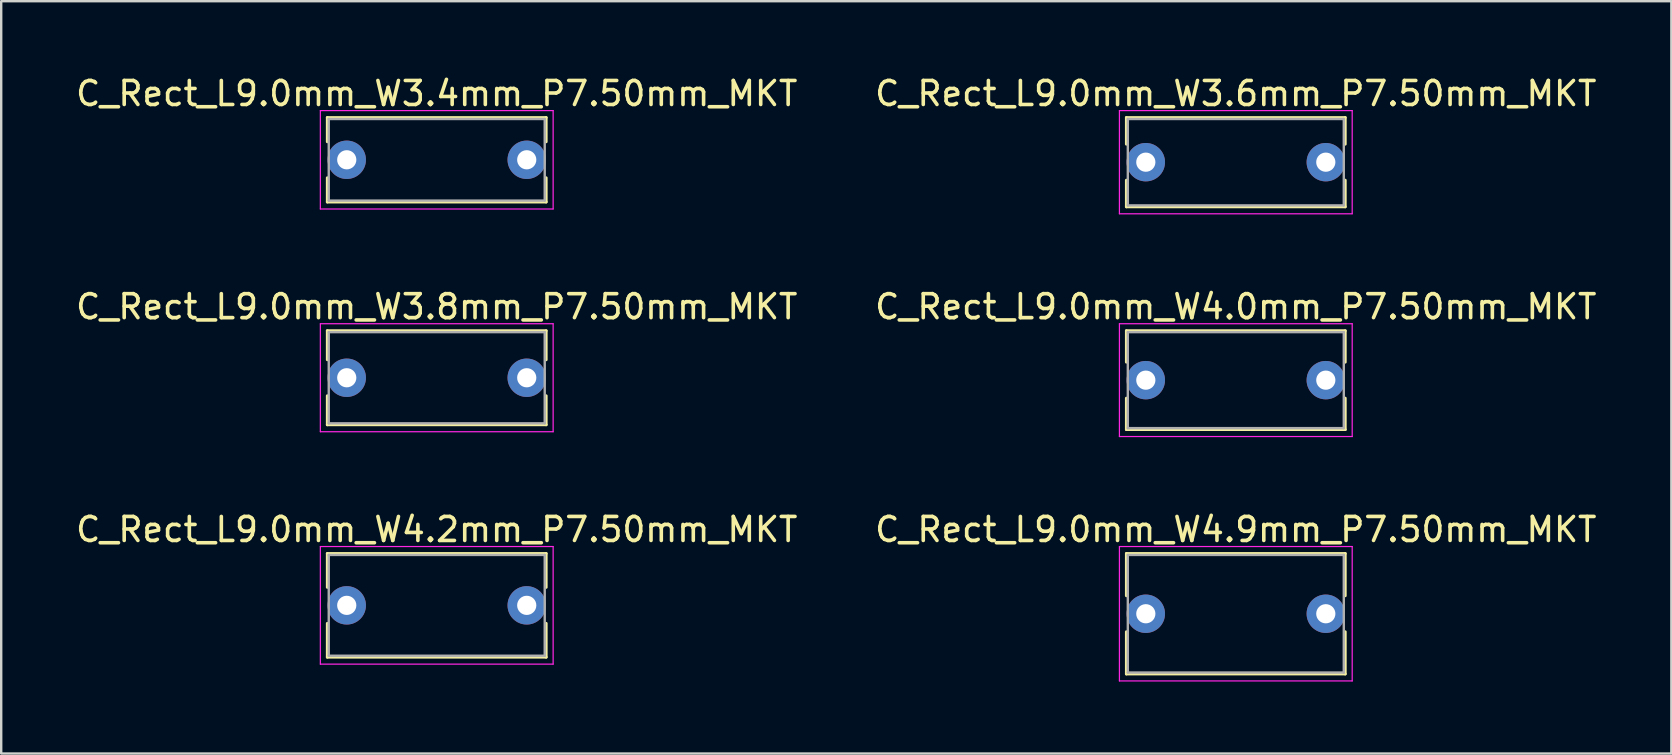
<source format=kicad_pcb>
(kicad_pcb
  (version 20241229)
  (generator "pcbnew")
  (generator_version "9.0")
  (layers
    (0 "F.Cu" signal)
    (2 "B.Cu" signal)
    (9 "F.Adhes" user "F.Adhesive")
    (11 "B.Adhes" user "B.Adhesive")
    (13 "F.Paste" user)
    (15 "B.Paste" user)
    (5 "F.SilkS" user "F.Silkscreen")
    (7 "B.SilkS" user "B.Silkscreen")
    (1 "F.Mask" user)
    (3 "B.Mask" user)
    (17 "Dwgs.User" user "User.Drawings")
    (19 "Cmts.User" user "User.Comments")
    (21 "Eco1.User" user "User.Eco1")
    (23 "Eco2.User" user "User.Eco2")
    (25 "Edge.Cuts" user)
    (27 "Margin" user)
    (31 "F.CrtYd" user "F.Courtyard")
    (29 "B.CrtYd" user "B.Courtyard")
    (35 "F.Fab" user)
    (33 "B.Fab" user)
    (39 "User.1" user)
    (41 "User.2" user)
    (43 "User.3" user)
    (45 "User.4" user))
  (footprint "C_Rect_L9.0mm_W3.6mm_P7.50mm_MKT"
    (layer "F.Cu")
    (at 44.696 3.708)
    (property "Reference" "C_Rect_L9.0mm_W3.6mm_P7.50mm_MKT" (at 3.75 -2.86 0) (layer "F.SilkS") (effects (font (size 1 1) (thickness 0.15))))
    (attr through_hole)
    (fp_line (start -0.81 -1.86) (end -0.81 -0.75) (stroke (width 0.12) (type solid)) (layer "F.SilkS"))
    (fp_line (start -0.81 -1.86) (end 8.31 -1.86) (stroke (width 0.12) (type solid)) (layer "F.SilkS"))
    (fp_line (start -0.81 0.75) (end -0.81 1.86) (stroke (width 0.12) (type solid)) (layer "F.SilkS"))
    (fp_line (start -0.81 1.86) (end 8.31 1.86) (stroke (width 0.12) (type solid)) (layer "F.SilkS"))
    (fp_line (start 8.31 -1.86) (end 8.31 -0.75) (stroke (width 0.12) (type solid)) (layer "F.SilkS"))
    (fp_line (start 8.31 0.75) (end 8.31 1.86) (stroke (width 0.12) (type solid)) (layer "F.SilkS"))
    (fp_line (start -1.1 -2.15) (end -1.1 2.15) (stroke (width 0.05) (type solid)) (layer "F.CrtYd"))
    (fp_line (start -1.1 2.15) (end 8.6 2.15) (stroke (width 0.05) (type solid)) (layer "F.CrtYd"))
    (fp_line (start 8.6 -2.15) (end -1.1 -2.15) (stroke (width 0.05) (type solid)) (layer "F.CrtYd"))
    (fp_line (start 8.6 2.15) (end 8.6 -2.15) (stroke (width 0.05) (type solid)) (layer "F.CrtYd"))
    (fp_line (start -0.75 -1.8) (end -0.75 1.8) (stroke (width 0.1) (type solid)) (layer "F.Fab"))
    (fp_line (start -0.75 1.8) (end 8.25 1.8) (stroke (width 0.1) (type solid)) (layer "F.Fab"))
    (fp_line (start 8.25 -1.8) (end -0.75 -1.8) (stroke (width 0.1) (type solid)) (layer "F.Fab"))
    (fp_line (start 8.25 1.8) (end 8.25 -1.8) (stroke (width 0.1) (type solid)) (layer "F.Fab"))
    (pad "1" thru_hole circle (at 0 0) (size 1.6 1.6) (drill 0.8) (layers "*.Cu" "*.Mask"))
    (pad "2" thru_hole circle (at 7.5 0) (size 1.6 1.6) (drill 0.8) (layers "*.Cu" "*.Mask")))
  (footprint "C_Rect_L9.0mm_W4.0mm_P7.50mm_MKT"
    (layer "F.Cu")
    (at 44.696 12.791)
    (property "Reference" "C_Rect_L9.0mm_W4.0mm_P7.50mm_MKT" (at 3.75 -3.06 0) (layer "F.SilkS") (effects (font (size 1 1) (thickness 0.15))))
    (attr through_hole)
    (fp_line (start -0.81 -2.06) (end -0.81 -0.75) (stroke (width 0.12) (type solid)) (layer "F.SilkS"))
    (fp_line (start -0.81 -2.06) (end 8.31 -2.06) (stroke (width 0.12) (type solid)) (layer "F.SilkS"))
    (fp_line (start -0.81 0.75) (end -0.81 2.06) (stroke (width 0.12) (type solid)) (layer "F.SilkS"))
    (fp_line (start -0.81 2.06) (end 8.31 2.06) (stroke (width 0.12) (type solid)) (layer "F.SilkS"))
    (fp_line (start 8.31 -2.06) (end 8.31 -0.75) (stroke (width 0.12) (type solid)) (layer "F.SilkS"))
    (fp_line (start 8.31 0.75) (end 8.31 2.06) (stroke (width 0.12) (type solid)) (layer "F.SilkS"))
    (fp_line (start -1.1 -2.35) (end -1.1 2.35) (stroke (width 0.05) (type solid)) (layer "F.CrtYd"))
    (fp_line (start -1.1 2.35) (end 8.6 2.35) (stroke (width 0.05) (type solid)) (layer "F.CrtYd"))
    (fp_line (start 8.6 -2.35) (end -1.1 -2.35) (stroke (width 0.05) (type solid)) (layer "F.CrtYd"))
    (fp_line (start 8.6 2.35) (end 8.6 -2.35) (stroke (width 0.05) (type solid)) (layer "F.CrtYd"))
    (fp_line (start -0.75 -2) (end -0.75 2) (stroke (width 0.1) (type solid)) (layer "F.Fab"))
    (fp_line (start -0.75 2) (end 8.25 2) (stroke (width 0.1) (type solid)) (layer "F.Fab"))
    (fp_line (start 8.25 -2) (end -0.75 -2) (stroke (width 0.1) (type solid)) (layer "F.Fab"))
    (fp_line (start 8.25 2) (end 8.25 -2) (stroke (width 0.1) (type solid)) (layer "F.Fab"))
    (pad "1" thru_hole circle (at 0 0) (size 1.6 1.6) (drill 0.8) (layers "*.Cu" "*.Mask"))
    (pad "2" thru_hole circle (at 7.5 0) (size 1.6 1.6) (drill 0.8) (layers "*.Cu" "*.Mask")))
  (footprint "C_Rect_L9.0mm_W3.8mm_P7.50mm_MKT"
    (layer "F.Cu")
    (at 11.399 12.691)
    (property "Reference" "C_Rect_L9.0mm_W3.8mm_P7.50mm_MKT" (at 3.75 -2.96 0) (layer "F.SilkS") (effects (font (size 1 1) (thickness 0.15))))
    (attr through_hole)
    (fp_line (start -0.81 -1.96) (end -0.81 -0.75) (stroke (width 0.12) (type solid)) (layer "F.SilkS"))
    (fp_line (start -0.81 -1.96) (end 8.31 -1.96) (stroke (width 0.12) (type solid)) (layer "F.SilkS"))
    (fp_line (start -0.81 0.75) (end -0.81 1.96) (stroke (width 0.12) (type solid)) (layer "F.SilkS"))
    (fp_line (start -0.81 1.96) (end 8.31 1.96) (stroke (width 0.12) (type solid)) (layer "F.SilkS"))
    (fp_line (start 8.31 -1.96) (end 8.31 -0.75) (stroke (width 0.12) (type solid)) (layer "F.SilkS"))
    (fp_line (start 8.31 0.75) (end 8.31 1.96) (stroke (width 0.12) (type solid)) (layer "F.SilkS"))
    (fp_line (start -1.1 -2.25) (end -1.1 2.25) (stroke (width 0.05) (type solid)) (layer "F.CrtYd"))
    (fp_line (start -1.1 2.25) (end 8.6 2.25) (stroke (width 0.05) (type solid)) (layer "F.CrtYd"))
    (fp_line (start 8.6 -2.25) (end -1.1 -2.25) (stroke (width 0.05) (type solid)) (layer "F.CrtYd"))
    (fp_line (start 8.6 2.25) (end 8.6 -2.25) (stroke (width 0.05) (type solid)) (layer "F.CrtYd"))
    (fp_line (start -0.75 -1.9) (end -0.75 1.9) (stroke (width 0.1) (type solid)) (layer "F.Fab"))
    (fp_line (start -0.75 1.9) (end 8.25 1.9) (stroke (width 0.1) (type solid)) (layer "F.Fab"))
    (fp_line (start 8.25 -1.9) (end -0.75 -1.9) (stroke (width 0.1) (type solid)) (layer "F.Fab"))
    (fp_line (start 8.25 1.9) (end 8.25 -1.9) (stroke (width 0.1) (type solid)) (layer "F.Fab"))
    (pad "1" thru_hole circle (at 0 0) (size 1.6 1.6) (drill 0.8) (layers "*.Cu" "*.Mask"))
    (pad "2" thru_hole circle (at 7.5 0) (size 1.6 1.6) (drill 0.8) (layers "*.Cu" "*.Mask")))
  (footprint "C_Rect_L9.0mm_W3.4mm_P7.50mm_MKT"
    (layer "F.Cu")
    (at 11.399 3.608)
    (property "Reference" "C_Rect_L9.0mm_W3.4mm_P7.50mm_MKT" (at 3.75 -2.76 0) (layer "F.SilkS") (effects (font (size 1 1) (thickness 0.15))))
    (attr through_hole)
    (fp_line (start -0.81 -1.76) (end -0.81 -0.75) (stroke (width 0.12) (type solid)) (layer "F.SilkS"))
    (fp_line (start -0.81 -1.76) (end 8.31 -1.76) (stroke (width 0.12) (type solid)) (layer "F.SilkS"))
    (fp_line (start -0.81 0.75) (end -0.81 1.76) (stroke (width 0.12) (type solid)) (layer "F.SilkS"))
    (fp_line (start -0.81 1.76) (end 8.31 1.76) (stroke (width 0.12) (type solid)) (layer "F.SilkS"))
    (fp_line (start 8.31 -1.76) (end 8.31 -0.75) (stroke (width 0.12) (type solid)) (layer "F.SilkS"))
    (fp_line (start 8.31 0.75) (end 8.31 1.76) (stroke (width 0.12) (type solid)) (layer "F.SilkS"))
    (fp_line (start -1.1 -2.05) (end -1.1 2.05) (stroke (width 0.05) (type solid)) (layer "F.CrtYd"))
    (fp_line (start -1.1 2.05) (end 8.6 2.05) (stroke (width 0.05) (type solid)) (layer "F.CrtYd"))
    (fp_line (start 8.6 -2.05) (end -1.1 -2.05) (stroke (width 0.05) (type solid)) (layer "F.CrtYd"))
    (fp_line (start 8.6 2.05) (end 8.6 -2.05) (stroke (width 0.05) (type solid)) (layer "F.CrtYd"))
    (fp_line (start -0.75 -1.7) (end -0.75 1.7) (stroke (width 0.1) (type solid)) (layer "F.Fab"))
    (fp_line (start -0.75 1.7) (end 8.25 1.7) (stroke (width 0.1) (type solid)) (layer "F.Fab"))
    (fp_line (start 8.25 -1.7) (end -0.75 -1.7) (stroke (width 0.1) (type solid)) (layer "F.Fab"))
    (fp_line (start 8.25 1.7) (end 8.25 -1.7) (stroke (width 0.1) (type solid)) (layer "F.Fab"))
    (pad "1" thru_hole circle (at 0 0) (size 1.6 1.6) (drill 0.8) (layers "*.Cu" "*.Mask"))
    (pad "2" thru_hole circle (at 7.5 0) (size 1.6 1.6) (drill 0.8) (layers "*.Cu" "*.Mask")))
  (footprint "C_Rect_L9.0mm_W4.2mm_P7.50mm_MKT"
    (layer "F.Cu")
    (at 11.399 22.175)
    (property "Reference" "C_Rect_L9.0mm_W4.2mm_P7.50mm_MKT" (at 3.75 -3.16 0) (layer "F.SilkS") (effects (font (size 1 1) (thickness 0.15))))
    (attr through_hole)
    (fp_line (start -0.81 -2.16) (end -0.81 -0.75) (stroke (width 0.12) (type solid)) (layer "F.SilkS"))
    (fp_line (start -0.81 -2.16) (end 8.31 -2.16) (stroke (width 0.12) (type solid)) (layer "F.SilkS"))
    (fp_line (start -0.81 0.75) (end -0.81 2.16) (stroke (width 0.12) (type solid)) (layer "F.SilkS"))
    (fp_line (start -0.81 2.16) (end 8.31 2.16) (stroke (width 0.12) (type solid)) (layer "F.SilkS"))
    (fp_line (start 8.31 -2.16) (end 8.31 -0.75) (stroke (width 0.12) (type solid)) (layer "F.SilkS"))
    (fp_line (start 8.31 0.75) (end 8.31 2.16) (stroke (width 0.12) (type solid)) (layer "F.SilkS"))
    (fp_line (start -1.1 -2.45) (end -1.1 2.45) (stroke (width 0.05) (type solid)) (layer "F.CrtYd"))
    (fp_line (start -1.1 2.45) (end 8.6 2.45) (stroke (width 0.05) (type solid)) (layer "F.CrtYd"))
    (fp_line (start 8.6 -2.45) (end -1.1 -2.45) (stroke (width 0.05) (type solid)) (layer "F.CrtYd"))
    (fp_line (start 8.6 2.45) (end 8.6 -2.45) (stroke (width 0.05) (type solid)) (layer "F.CrtYd"))
    (fp_line (start -0.75 -2.1) (end -0.75 2.1) (stroke (width 0.1) (type solid)) (layer "F.Fab"))
    (fp_line (start -0.75 2.1) (end 8.25 2.1) (stroke (width 0.1) (type solid)) (layer "F.Fab"))
    (fp_line (start 8.25 -2.1) (end -0.75 -2.1) (stroke (width 0.1) (type solid)) (layer "F.Fab"))
    (fp_line (start 8.25 2.1) (end 8.25 -2.1) (stroke (width 0.1) (type solid)) (layer "F.Fab"))
    (pad "1" thru_hole circle (at 0 0) (size 1.6 1.6) (drill 0.8) (layers "*.Cu" "*.Mask"))
    (pad "2" thru_hole circle (at 7.5 0) (size 1.6 1.6) (drill 0.8) (layers "*.Cu" "*.Mask")))
  (footprint "C_Rect_L9.0mm_W4.9mm_P7.50mm_MKT"
    (layer "F.Cu")
    (at 44.696 22.525)
    (property "Reference" "C_Rect_L9.0mm_W4.9mm_P7.50mm_MKT" (at 3.75 -3.51 0) (layer "F.SilkS") (effects (font (size 1 1) (thickness 0.15))))
    (attr through_hole)
    (fp_line (start -0.81 -2.51) (end -0.81 -0.75) (stroke (width 0.12) (type solid)) (layer "F.SilkS"))
    (fp_line (start -0.81 -2.51) (end 8.31 -2.51) (stroke (width 0.12) (type solid)) (layer "F.SilkS"))
    (fp_line (start -0.81 0.75) (end -0.81 2.51) (stroke (width 0.12) (type solid)) (layer "F.SilkS"))
    (fp_line (start -0.81 2.51) (end 8.31 2.51) (stroke (width 0.12) (type solid)) (layer "F.SilkS"))
    (fp_line (start 8.31 -2.51) (end 8.31 -0.75) (stroke (width 0.12) (type solid)) (layer "F.SilkS"))
    (fp_line (start 8.31 0.75) (end 8.31 2.51) (stroke (width 0.12) (type solid)) (layer "F.SilkS"))
    (fp_line (start -1.1 -2.8) (end -1.1 2.8) (stroke (width 0.05) (type solid)) (layer "F.CrtYd"))
    (fp_line (start -1.1 2.8) (end 8.6 2.8) (stroke (width 0.05) (type solid)) (layer "F.CrtYd"))
    (fp_line (start 8.6 -2.8) (end -1.1 -2.8) (stroke (width 0.05) (type solid)) (layer "F.CrtYd"))
    (fp_line (start 8.6 2.8) (end 8.6 -2.8) (stroke (width 0.05) (type solid)) (layer "F.CrtYd"))
    (fp_line (start -0.75 -2.45) (end -0.75 2.45) (stroke (width 0.1) (type solid)) (layer "F.Fab"))
    (fp_line (start -0.75 2.45) (end 8.25 2.45) (stroke (width 0.1) (type solid)) (layer "F.Fab"))
    (fp_line (start 8.25 -2.45) (end -0.75 -2.45) (stroke (width 0.1) (type solid)) (layer "F.Fab"))
    (fp_line (start 8.25 2.45) (end 8.25 -2.45) (stroke (width 0.1) (type solid)) (layer "F.Fab"))
    (pad "1" thru_hole circle (at 0 0) (size 1.6 1.6) (drill 0.8) (layers "*.Cu" "*.Mask"))
    (pad "2" thru_hole circle (at 7.5 0) (size 1.6 1.6) (drill 0.8) (layers "*.Cu" "*.Mask")))
  (gr_rect
    (start -3 -3)
    (end 66.595 28.35)
    (stroke (width 0.1) (type default))
    (fill no)
    (layer "Edge.Cuts")))
</source>
